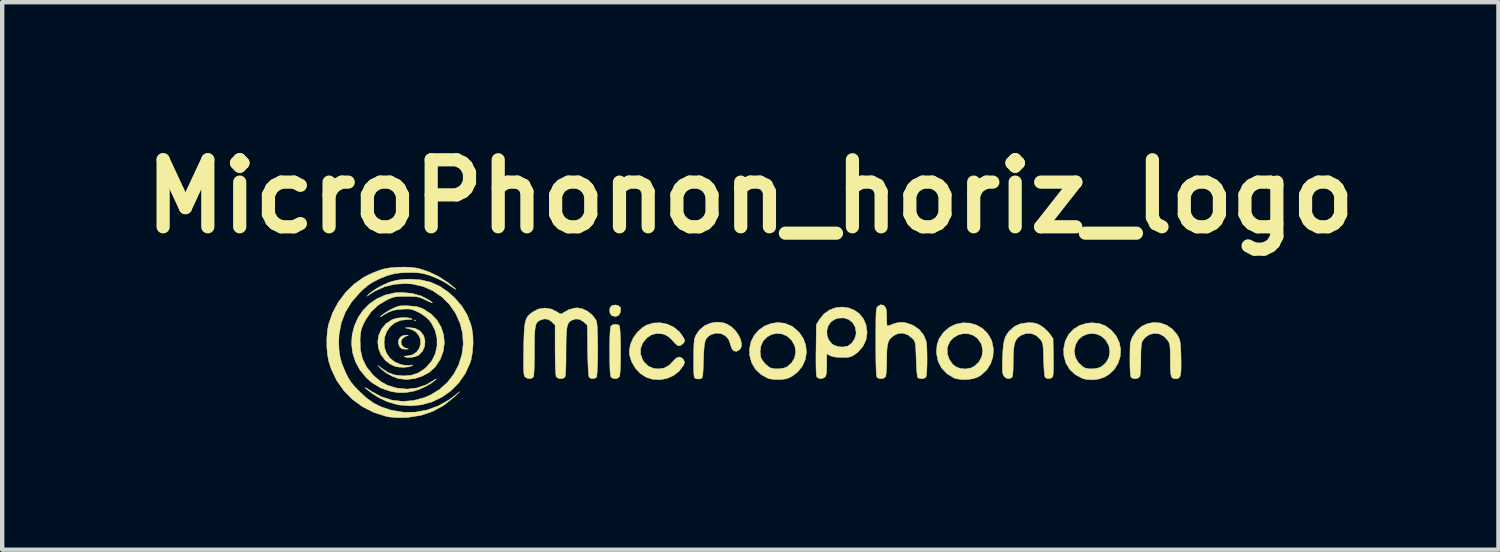
<source format=kicad_pcb>
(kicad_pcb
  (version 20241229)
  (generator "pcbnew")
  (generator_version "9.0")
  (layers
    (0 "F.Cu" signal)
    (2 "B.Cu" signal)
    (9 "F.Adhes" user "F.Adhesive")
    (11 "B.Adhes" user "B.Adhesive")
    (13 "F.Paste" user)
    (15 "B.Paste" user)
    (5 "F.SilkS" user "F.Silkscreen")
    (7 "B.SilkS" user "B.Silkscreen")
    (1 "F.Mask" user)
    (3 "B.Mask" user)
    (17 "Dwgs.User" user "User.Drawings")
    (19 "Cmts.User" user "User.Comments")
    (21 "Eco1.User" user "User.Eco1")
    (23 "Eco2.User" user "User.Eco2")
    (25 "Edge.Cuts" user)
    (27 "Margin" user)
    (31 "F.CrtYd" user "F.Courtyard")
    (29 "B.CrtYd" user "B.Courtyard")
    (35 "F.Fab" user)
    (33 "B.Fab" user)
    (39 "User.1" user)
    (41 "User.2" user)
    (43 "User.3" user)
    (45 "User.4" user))
  (footprint "MicroPhonon_horiz_logo"
    (layer "F.Cu")
    (at 14.064 4.695)
    (property "Reference" "MicroPhonon_horiz_logo" (at -0.051 -3.277 0) (layer "F.SilkS") (effects (font (size 1.524 1.524) (thickness 0.3))))
    (attr through_hole)
    (fp_poly (pts (xy -7.665 -0.459) (xy -7.677 -0.446) (xy -7.689 -0.459) (xy -7.677 -0.471) (xy -7.665 -0.459)) (stroke (width 0.01) (type solid)) (fill yes) (layer "F.SilkS"))
    (fp_poly (pts (xy -3.053 -0.795) (xy -3.008 -0.756) (xy -2.998 -0.726) (xy -3.009 -0.632) (xy -3.049 -0.571) (xy -3.113 -0.546) (xy -3.192 -0.565) (xy -3.206 -0.572) (xy -3.241 -0.621) (xy -3.249 -0.684) (xy -3.24 -0.75) (xy -3.207 -0.788) (xy -3.187 -0.798) (xy -3.119 -0.811) (xy -3.053 -0.795)) (stroke (width 0.01) (type solid)) (fill yes) (layer "F.SilkS"))
    (fp_poly (pts (xy -7.826 -0.122) (xy -7.903 -0.089) (xy -7.968 -0.039) (xy -7.995 0.026) (xy -7.985 0.093) (xy -7.939 0.149) (xy -7.875 0.177) (xy -7.83 0.187) (xy -7.828 0.192) (xy -7.873 0.195) (xy -7.893 0.196) (xy -7.968 0.188) (xy -8.016 0.153) (xy -8.023 0.143) (xy -8.056 0.062) (xy -8.048 -0.017) (xy -8.006 -0.081) (xy -7.936 -0.119) (xy -7.894 -0.123) (xy -7.826 -0.122)) (stroke (width 0.01) (type solid)) (fill yes) (layer "F.SilkS"))
    (fp_poly (pts (xy -7.671 -0.277) (xy -7.563 -0.219) (xy -7.486 -0.123) (xy -7.478 -0.108) (xy -7.448 0.01) (xy -7.458 0.13) (xy -7.506 0.241) (xy -7.588 0.327) (xy -7.597 0.333) (xy -7.671 0.365) (xy -7.763 0.383) (xy -7.851 0.385) (xy -7.9 0.373) (xy -7.923 0.359) (xy -7.905 0.352) (xy -7.848 0.349) (xy -7.734 0.325) (xy -7.643 0.265) (xy -7.579 0.178) (xy -7.547 0.075) (xy -7.554 -0.035) (xy -7.589 -0.116) (xy -7.658 -0.198) (xy -7.751 -0.251) (xy -7.838 -0.275) (xy -7.886 -0.285) (xy -7.894 -0.29) (xy -7.857 -0.293) (xy -7.804 -0.295) (xy -7.671 -0.277)) (stroke (width 0.01) (type solid)) (fill yes) (layer "F.SilkS"))
    (fp_poly (pts (xy -3.052 -0.357) (xy -3.031 -0.342) (xy -3.022 -0.309) (xy -3.014 -0.234) (xy -3.008 -0.128) (xy -3.003 0.002) (xy -3.001 0.146) (xy -3 0.296) (xy -3.002 0.442) (xy -3.005 0.576) (xy -3.01 0.69) (xy -3.017 0.773) (xy -3.026 0.818) (xy -3.027 0.82) (xy -3.075 0.86) (xy -3.125 0.868) (xy -3.195 0.851) (xy -3.224 0.82) (xy -3.232 0.779) (xy -3.24 0.694) (xy -3.245 0.571) (xy -3.248 0.416) (xy -3.249 0.248) (xy -3.248 0.068) (xy -3.245 -0.085) (xy -3.239 -0.205) (xy -3.232 -0.287) (xy -3.224 -0.324) (xy -3.18 -0.36) (xy -3.115 -0.372) (xy -3.052 -0.357)) (stroke (width 0.01) (type solid)) (fill yes) (layer "F.SilkS"))
    (fp_poly (pts (xy -7.841 -0.518) (xy -7.764 -0.501) (xy -7.739 -0.488) (xy -7.75 -0.481) (xy -7.804 -0.478) (xy -7.854 -0.478) (xy -8.008 -0.459) (xy -8.137 -0.403) (xy -8.24 -0.319) (xy -8.316 -0.213) (xy -8.363 -0.092) (xy -8.38 0.037) (xy -8.368 0.167) (xy -8.324 0.289) (xy -8.248 0.398) (xy -8.138 0.487) (xy -7.998 0.546) (xy -7.907 0.562) (xy -7.816 0.565) (xy -7.795 0.562) (xy -7.74 0.556) (xy -7.73 0.562) (xy -7.745 0.573) (xy -7.823 0.598) (xy -7.928 0.608) (xy -8.042 0.603) (xy -8.139 0.583) (xy -8.241 0.534) (xy -8.341 0.459) (xy -8.356 0.443) (xy -8.453 0.315) (xy -8.508 0.172) (xy -8.523 0.022) (xy -8.499 -0.125) (xy -8.437 -0.262) (xy -8.341 -0.379) (xy -8.21 -0.468) (xy -8.176 -0.484) (xy -8.075 -0.511) (xy -7.956 -0.523) (xy -7.841 -0.518)) (stroke (width 0.01) (type solid)) (fill yes) (layer "F.SilkS"))
    (fp_poly (pts (xy 7.885 -0.388) (xy 8.02 -0.337) (xy 8.148 -0.244) (xy 8.157 -0.236) (xy 8.27 -0.104) (xy 8.341 0.045) (xy 8.371 0.203) (xy 8.361 0.363) (xy 8.313 0.515) (xy 8.227 0.654) (xy 8.105 0.77) (xy 8.006 0.829) (xy 7.871 0.875) (xy 7.719 0.893) (xy 7.572 0.88) (xy 7.501 0.86) (xy 7.34 0.775) (xy 7.214 0.657) (xy 7.126 0.511) (xy 7.08 0.343) (xy 7.077 0.252) (xy 7.317 0.252) (xy 7.341 0.382) (xy 7.406 0.499) (xy 7.505 0.591) (xy 7.565 0.625) (xy 7.645 0.642) (xy 7.749 0.642) (xy 7.852 0.626) (xy 7.932 0.595) (xy 8.035 0.506) (xy 8.101 0.391) (xy 8.126 0.262) (xy 8.106 0.129) (xy 8.1 0.111) (xy 8.032 -0.011) (xy 7.94 -0.096) (xy 7.833 -0.146) (xy 7.719 -0.162) (xy 7.606 -0.146) (xy 7.501 -0.1) (xy 7.413 -0.024) (xy 7.35 0.081) (xy 7.319 0.211) (xy 7.317 0.252) (xy 7.077 0.252) (xy 7.076 0.183) (xy 7.112 0.01) (xy 7.189 -0.14) (xy 7.302 -0.26) (xy 7.444 -0.347) (xy 7.61 -0.395) (xy 7.727 -0.404) (xy 7.885 -0.388)) (stroke (width 0.01) (type solid)) (fill yes) (layer "F.SilkS"))
    (fp_poly (pts (xy -0.663 -0.404) (xy -0.583 -0.375) (xy -0.481 -0.313) (xy -0.393 -0.228) (xy -0.322 -0.13) (xy -0.273 -0.027) (xy -0.251 0.07) (xy -0.259 0.154) (xy -0.293 0.207) (xy -0.361 0.245) (xy -0.422 0.237) (xy -0.47 0.185) (xy -0.502 0.094) (xy -0.505 0.079) (xy -0.544 -0.029) (xy -0.618 -0.109) (xy -0.714 -0.158) (xy -0.822 -0.17) (xy -0.932 -0.14) (xy -0.96 -0.125) (xy -1.009 -0.092) (xy -1.046 -0.054) (xy -1.072 -0.005) (xy -1.09 0.063) (xy -1.102 0.158) (xy -1.11 0.288) (xy -1.116 0.444) (xy -1.121 0.595) (xy -1.126 0.704) (xy -1.132 0.778) (xy -1.141 0.824) (xy -1.153 0.851) (xy -1.169 0.864) (xy -1.178 0.868) (xy -1.241 0.874) (xy -1.284 0.866) (xy -1.304 0.857) (xy -1.318 0.842) (xy -1.328 0.815) (xy -1.334 0.767) (xy -1.338 0.692) (xy -1.339 0.583) (xy -1.339 0.432) (xy -1.339 0.416) (xy -1.338 0.253) (xy -1.335 0.131) (xy -1.33 0.041) (xy -1.321 -0.025) (xy -1.307 -0.076) (xy -1.293 -0.113) (xy -1.21 -0.238) (xy -1.096 -0.334) (xy -0.959 -0.395) (xy -0.812 -0.42) (xy -0.663 -0.404)) (stroke (width 0.01) (type solid)) (fill yes) (layer "F.SilkS"))
    (fp_poly (pts (xy 4.942 -0.397) (xy 5.092 -0.353) (xy 5.229 -0.275) (xy 5.343 -0.164) (xy 5.428 -0.021) (xy 5.444 0.022) (xy 5.478 0.193) (xy 5.467 0.363) (xy 5.415 0.524) (xy 5.326 0.667) (xy 5.201 0.782) (xy 5.112 0.835) (xy 5.006 0.869) (xy 4.875 0.886) (xy 4.741 0.885) (xy 4.623 0.865) (xy 4.576 0.848) (xy 4.417 0.749) (xy 4.298 0.622) (xy 4.22 0.47) (xy 4.185 0.297) (xy 4.183 0.248) (xy 4.189 0.184) (xy 4.427 0.184) (xy 4.431 0.308) (xy 4.475 0.431) (xy 4.55 0.538) (xy 4.611 0.589) (xy 4.721 0.635) (xy 4.846 0.646) (xy 4.968 0.623) (xy 5.037 0.589) (xy 5.145 0.49) (xy 5.212 0.37) (xy 5.235 0.239) (xy 5.212 0.104) (xy 5.193 0.059) (xy 5.119 -0.048) (xy 5.021 -0.119) (xy 4.909 -0.155) (xy 4.791 -0.158) (xy 4.676 -0.128) (xy 4.572 -0.069) (xy 4.49 0.019) (xy 4.437 0.135) (xy 4.427 0.184) (xy 4.189 0.184) (xy 4.197 0.092) (xy 4.242 -0.039) (xy 4.325 -0.162) (xy 4.352 -0.194) (xy 4.482 -0.305) (xy 4.629 -0.374) (xy 4.785 -0.404) (xy 4.942 -0.397)) (stroke (width 0.01) (type solid)) (fill yes) (layer "F.SilkS"))
    (fp_poly (pts (xy -1.936 -0.372) (xy -1.789 -0.303) (xy -1.666 -0.2) (xy -1.619 -0.139) (xy -1.568 -0.062) (xy -1.545 -0.012) (xy -1.546 0.023) (xy -1.57 0.057) (xy -1.587 0.074) (xy -1.648 0.117) (xy -1.704 0.113) (xy -1.763 0.062) (xy -1.767 0.057) (xy -1.857 -0.041) (xy -1.936 -0.105) (xy -2.014 -0.143) (xy -2.038 -0.15) (xy -2.175 -0.164) (xy -2.303 -0.129) (xy -2.408 -0.057) (xy -2.498 0.054) (xy -2.545 0.178) (xy -2.547 0.307) (xy -2.503 0.432) (xy -2.469 0.485) (xy -2.373 0.58) (xy -2.26 0.631) (xy -2.141 0.645) (xy -2.009 0.625) (xy -1.895 0.562) (xy -1.798 0.461) (xy -1.729 0.394) (xy -1.662 0.373) (xy -1.602 0.399) (xy -1.574 0.432) (xy -1.549 0.481) (xy -1.553 0.524) (xy -1.571 0.562) (xy -1.666 0.692) (xy -1.792 0.792) (xy -1.941 0.859) (xy -2.103 0.89) (xy -2.267 0.882) (xy -2.42 0.834) (xy -2.553 0.748) (xy -2.665 0.627) (xy -2.748 0.485) (xy -2.795 0.334) (xy -2.803 0.248) (xy -2.78 0.095) (xy -2.715 -0.056) (xy -2.617 -0.192) (xy -2.493 -0.303) (xy -2.412 -0.351) (xy -2.258 -0.399) (xy -2.096 -0.405) (xy -1.936 -0.372)) (stroke (width 0.01) (type solid)) (fill yes) (layer "F.SilkS"))
    (fp_poly (pts (xy 0.729 -0.394) (xy 0.879 -0.334) (xy 0.929 -0.303) (xy 1.063 -0.183) (xy 1.157 -0.042) (xy 1.211 0.112) (xy 1.225 0.271) (xy 1.2 0.429) (xy 1.135 0.577) (xy 1.031 0.709) (xy 0.908 0.805) (xy 0.828 0.848) (xy 0.753 0.872) (xy 0.66 0.884) (xy 0.61 0.886) (xy 0.509 0.885) (xy 0.417 0.875) (xy 0.357 0.861) (xy 0.194 0.773) (xy 0.067 0.653) (xy -0.02 0.505) (xy -0.065 0.335) (xy -0.066 0.251) (xy 0.172 0.251) (xy 0.186 0.373) (xy 0.196 0.401) (xy 0.236 0.468) (xy 0.3 0.541) (xy 0.371 0.6) (xy 0.409 0.622) (xy 0.502 0.642) (xy 0.614 0.642) (xy 0.721 0.623) (xy 0.788 0.595) (xy 0.89 0.506) (xy 0.956 0.392) (xy 0.982 0.264) (xy 0.964 0.133) (xy 0.957 0.114) (xy 0.888 -0.009) (xy 0.792 -0.097) (xy 0.679 -0.149) (xy 0.557 -0.164) (xy 0.436 -0.141) (xy 0.325 -0.078) (xy 0.236 0.018) (xy 0.189 0.125) (xy 0.172 0.251) (xy -0.066 0.251) (xy -0.068 0.181) (xy -0.032 0.018) (xy 0.041 -0.124) (xy 0.146 -0.241) (xy 0.275 -0.331) (xy 0.419 -0.388) (xy 0.573 -0.41) (xy 0.729 -0.394)) (stroke (width 0.01) (type solid)) (fill yes) (layer "F.SilkS"))
    (fp_poly (pts (xy -7.889 -0.792) (xy -7.818 -0.789) (xy -7.693 -0.779) (xy -7.597 -0.761) (xy -7.514 -0.731) (xy -7.472 -0.71) (xy -7.304 -0.599) (xy -7.173 -0.459) (xy -7.079 -0.298) (xy -7.024 -0.121) (xy -7.009 0.063) (xy -7.036 0.25) (xy -7.104 0.43) (xy -7.217 0.599) (xy -7.229 0.613) (xy -7.357 0.726) (xy -7.516 0.811) (xy -7.693 0.866) (xy -7.874 0.885) (xy -8.045 0.865) (xy -8.063 0.861) (xy -8.196 0.81) (xy -8.326 0.738) (xy -8.432 0.657) (xy -8.458 0.63) (xy -8.52 0.56) (xy -8.434 0.631) (xy -8.29 0.727) (xy -8.137 0.782) (xy -7.96 0.802) (xy -7.938 0.803) (xy -7.762 0.789) (xy -7.613 0.741) (xy -7.474 0.654) (xy -7.418 0.606) (xy -7.297 0.465) (xy -7.216 0.303) (xy -7.176 0.127) (xy -7.176 -0.053) (xy -7.218 -0.23) (xy -7.302 -0.395) (xy -7.356 -0.466) (xy -7.436 -0.541) (xy -7.542 -0.614) (xy -7.603 -0.647) (xy -7.687 -0.686) (xy -7.753 -0.709) (xy -7.821 -0.718) (xy -7.908 -0.717) (xy -7.968 -0.714) (xy -8.09 -0.703) (xy -8.189 -0.682) (xy -8.284 -0.643) (xy -8.393 -0.581) (xy -8.434 -0.555) (xy -8.465 -0.537) (xy -8.461 -0.546) (xy -8.421 -0.582) (xy -8.359 -0.629) (xy -8.272 -0.682) (xy -8.19 -0.725) (xy -8.11 -0.761) (xy -8.044 -0.783) (xy -7.977 -0.792) (xy -7.889 -0.792)) (stroke (width 0.01) (type solid)) (fill yes) (layer "F.SilkS"))
    (fp_poly (pts (xy 2.179 -0.744) (xy 2.314 -0.692) (xy 2.431 -0.608) (xy 2.523 -0.492) (xy 2.58 -0.359) (xy 2.605 -0.186) (xy 2.582 -0.022) (xy 2.514 0.127) (xy 2.401 0.257) (xy 2.335 0.309) (xy 2.274 0.349) (xy 2.219 0.371) (xy 2.153 0.382) (xy 2.057 0.384) (xy 2.038 0.384) (xy 1.893 0.377) (xy 1.791 0.354) (xy 1.767 0.343) (xy 1.687 0.301) (xy 1.687 0.546) (xy 1.685 0.668) (xy 1.678 0.751) (xy 1.665 0.802) (xy 1.648 0.829) (xy 1.588 0.862) (xy 1.519 0.864) (xy 1.465 0.833) (xy 1.465 0.833) (xy 1.455 0.804) (xy 1.448 0.741) (xy 1.444 0.641) (xy 1.442 0.501) (xy 1.442 0.316) (xy 1.444 0.217) (xy 1.449 -0.227) (xy 1.69 -0.227) (xy 1.695 -0.116) (xy 1.734 -0.012) (xy 1.807 0.075) (xy 1.843 0.1) (xy 1.943 0.138) (xy 2.057 0.147) (xy 2.162 0.126) (xy 2.182 0.117) (xy 2.261 0.053) (xy 2.323 -0.041) (xy 2.354 -0.146) (xy 2.356 -0.179) (xy 2.335 -0.306) (xy 2.277 -0.408) (xy 2.189 -0.479) (xy 2.078 -0.515) (xy 1.953 -0.51) (xy 1.873 -0.485) (xy 1.78 -0.422) (xy 1.719 -0.333) (xy 1.69 -0.227) (xy 1.449 -0.227) (xy 1.451 -0.364) (xy 1.526 -0.485) (xy 1.628 -0.609) (xy 1.752 -0.696) (xy 1.891 -0.747) (xy 2.036 -0.763) (xy 2.179 -0.744)) (stroke (width 0.01) (type solid)) (fill yes) (layer "F.SilkS"))
    (fp_poly (pts (xy 6.38 -0.403) (xy 6.455 -0.388) (xy 6.526 -0.355) (xy 6.564 -0.333) (xy 6.649 -0.269) (xy 6.729 -0.19) (xy 6.759 -0.152) (xy 6.834 -0.046) (xy 6.842 0.376) (xy 6.843 0.551) (xy 6.842 0.681) (xy 6.836 0.769) (xy 6.826 0.82) (xy 6.82 0.833) (xy 6.769 0.862) (xy 6.705 0.865) (xy 6.655 0.839) (xy 6.653 0.837) (xy 6.644 0.802) (xy 6.635 0.728) (xy 6.627 0.622) (xy 6.621 0.496) (xy 6.619 0.432) (xy 6.615 0.288) (xy 6.611 0.184) (xy 6.604 0.111) (xy 6.594 0.06) (xy 6.579 0.022) (xy 6.557 -0.012) (xy 6.542 -0.031) (xy 6.449 -0.117) (xy 6.337 -0.161) (xy 6.219 -0.162) (xy 6.103 -0.119) (xy 6.054 -0.084) (xy 6.007 -0.036) (xy 5.974 0.023) (xy 5.951 0.103) (xy 5.937 0.209) (xy 5.93 0.352) (xy 5.928 0.485) (xy 5.926 0.645) (xy 5.919 0.757) (xy 5.907 0.822) (xy 5.899 0.838) (xy 5.84 0.867) (xy 5.773 0.856) (xy 5.717 0.809) (xy 5.715 0.805) (xy 5.698 0.773) (xy 5.688 0.731) (xy 5.682 0.669) (xy 5.681 0.579) (xy 5.684 0.452) (xy 5.686 0.39) (xy 5.694 0.221) (xy 5.706 0.093) (xy 5.725 -0.006) (xy 5.752 -0.085) (xy 5.792 -0.155) (xy 5.841 -0.218) (xy 5.956 -0.321) (xy 6.094 -0.383) (xy 6.26 -0.406) (xy 6.279 -0.406) (xy 6.38 -0.403)) (stroke (width 0.01) (type solid)) (fill yes) (layer "F.SilkS"))
    (fp_poly (pts (xy -7.548 -1.381) (xy -7.321 -1.328) (xy -7.113 -1.235) (xy -6.916 -1.099) (xy -6.772 -0.968) (xy -6.611 -0.782) (xy -6.492 -0.588) (xy -6.408 -0.37) (xy -6.384 -0.279) (xy -6.36 -0.115) (xy -6.355 0.072) (xy -6.37 0.262) (xy -6.401 0.435) (xy -6.423 0.507) (xy -6.532 0.746) (xy -6.677 0.957) (xy -6.854 1.137) (xy -7.058 1.283) (xy -7.283 1.391) (xy -7.523 1.46) (xy -7.775 1.485) (xy -8.032 1.465) (xy -8.099 1.451) (xy -8.308 1.389) (xy -8.502 1.296) (xy -8.648 1.202) (xy -8.738 1.135) (xy -8.793 1.091) (xy -8.813 1.07) (xy -8.796 1.075) (xy -8.741 1.107) (xy -8.672 1.153) (xy -8.444 1.277) (xy -8.205 1.354) (xy -7.959 1.383) (xy -7.71 1.364) (xy -7.462 1.297) (xy -7.33 1.241) (xy -7.118 1.112) (xy -6.938 0.95) (xy -6.791 0.759) (xy -6.681 0.547) (xy -6.609 0.319) (xy -6.579 0.081) (xy -6.593 -0.16) (xy -6.648 -0.384) (xy -6.752 -0.618) (xy -6.894 -0.823) (xy -7.068 -0.995) (xy -7.27 -1.133) (xy -7.493 -1.231) (xy -7.734 -1.286) (xy -7.884 -1.297) (xy -8.139 -1.281) (xy -8.373 -1.224) (xy -8.594 -1.122) (xy -8.694 -1.06) (xy -8.768 -1.009) (xy -8.719 -1.061) (xy -8.645 -1.122) (xy -8.539 -1.19) (xy -8.416 -1.257) (xy -8.29 -1.314) (xy -8.21 -1.343) (xy -8.084 -1.374) (xy -7.941 -1.391) (xy -7.801 -1.396) (xy -7.548 -1.381)) (stroke (width 0.01) (type solid)) (fill yes) (layer "F.SilkS"))
    (fp_poly (pts (xy 9.279 -0.399) (xy 9.419 -0.348) (xy 9.546 -0.261) (xy 9.653 -0.136) (xy 9.682 -0.087) (xy 9.703 -0.042) (xy 9.718 0.009) (xy 9.729 0.074) (xy 9.736 0.163) (xy 9.741 0.286) (xy 9.744 0.388) (xy 9.746 0.555) (xy 9.744 0.679) (xy 9.735 0.766) (xy 9.719 0.822) (xy 9.692 0.853) (xy 9.656 0.867) (xy 9.628 0.868) (xy 9.582 0.865) (xy 9.548 0.851) (xy 9.525 0.818) (xy 9.511 0.761) (xy 9.503 0.673) (xy 9.501 0.546) (xy 9.5 0.445) (xy 9.5 0.302) (xy 9.497 0.199) (xy 9.492 0.126) (xy 9.482 0.075) (xy 9.467 0.036) (xy 9.445 -0.000292) (xy 9.444 -0.003) (xy 9.355 -0.097) (xy 9.25 -0.151) (xy 9.137 -0.165) (xy 9.027 -0.138) (xy 8.929 -0.071) (xy 8.87 0.004) (xy 8.853 0.043) (xy 8.842 0.1) (xy 8.835 0.184) (xy 8.831 0.302) (xy 8.83 0.421) (xy 8.829 0.553) (xy 8.824 0.669) (xy 8.817 0.759) (xy 8.808 0.813) (xy 8.805 0.82) (xy 8.761 0.856) (xy 8.696 0.868) (xy 8.633 0.853) (xy 8.612 0.838) (xy 8.599 0.804) (xy 8.59 0.728) (xy 8.584 0.609) (xy 8.582 0.444) (xy 8.582 0.422) (xy 8.583 0.273) (xy 8.585 0.164) (xy 8.59 0.085) (xy 8.6 0.026) (xy 8.614 -0.023) (xy 8.636 -0.072) (xy 8.646 -0.094) (xy 8.738 -0.229) (xy 8.855 -0.327) (xy 8.989 -0.388) (xy 9.133 -0.412) (xy 9.279 -0.399)) (stroke (width 0.01) (type solid)) (fill yes) (layer "F.SilkS"))
    (fp_poly (pts (xy -7.751 -1.074) (xy -7.538 -1.015) (xy -7.352 -0.917) (xy -7.292 -0.873) (xy -7.281 -0.858) (xy -7.31 -0.866) (xy -7.376 -0.894) (xy -7.415 -0.913) (xy -7.498 -0.953) (xy -7.564 -0.98) (xy -7.627 -0.995) (xy -7.702 -1.002) (xy -7.804 -1.004) (xy -7.874 -1.005) (xy -7.998 -1.004) (xy -8.088 -0.999) (xy -8.156 -0.988) (xy -8.219 -0.968) (xy -8.291 -0.937) (xy -8.31 -0.928) (xy -8.511 -0.808) (xy -8.674 -0.656) (xy -8.801 -0.471) (xy -8.823 -0.429) (xy -8.869 -0.331) (xy -8.898 -0.25) (xy -8.914 -0.168) (xy -8.923 -0.063) (xy -8.925 -0.012) (xy -8.917 0.215) (xy -8.87 0.415) (xy -8.781 0.597) (xy -8.646 0.766) (xy -8.585 0.826) (xy -8.448 0.937) (xy -8.303 1.016) (xy -8.133 1.07) (xy -8.079 1.082) (xy -7.856 1.104) (xy -7.636 1.079) (xy -7.426 1.008) (xy -7.264 0.914) (xy -7.215 0.881) (xy -7.195 0.874) (xy -7.206 0.889) (xy -7.294 0.96) (xy -7.413 1.032) (xy -7.547 1.096) (xy -7.678 1.143) (xy -7.715 1.152) (xy -7.888 1.182) (xy -8.043 1.185) (xy -8.204 1.161) (xy -8.241 1.152) (xy -8.46 1.076) (xy -8.654 0.958) (xy -8.781 0.847) (xy -8.929 0.667) (xy -9.033 0.474) (xy -9.096 0.273) (xy -9.119 0.068) (xy -9.105 -0.136) (xy -9.055 -0.332) (xy -8.973 -0.517) (xy -8.859 -0.685) (xy -8.717 -0.831) (xy -8.547 -0.949) (xy -8.353 -1.036) (xy -8.136 -1.085) (xy -7.987 -1.094) (xy -7.751 -1.074)) (stroke (width 0.01) (type solid)) (fill yes) (layer "F.SilkS"))
    (fp_poly (pts (xy 2.975 -0.803) (xy 3.01 -0.773) (xy 3.032 -0.735) (xy 3.045 -0.672) (xy 3.051 -0.576) (xy 3.051 -0.522) (xy 3.052 -0.422) (xy 3.056 -0.363) (xy 3.066 -0.335) (xy 3.082 -0.332) (xy 3.094 -0.336) (xy 3.216 -0.384) (xy 3.311 -0.409) (xy 3.395 -0.415) (xy 3.484 -0.403) (xy 3.493 -0.402) (xy 3.655 -0.345) (xy 3.789 -0.251) (xy 3.89 -0.126) (xy 3.945 0.002) (xy 3.955 0.064) (xy 3.963 0.159) (xy 3.967 0.275) (xy 3.969 0.402) (xy 3.968 0.53) (xy 3.964 0.649) (xy 3.957 0.747) (xy 3.948 0.814) (xy 3.939 0.838) (xy 3.89 0.862) (xy 3.826 0.867) (xy 3.771 0.852) (xy 3.753 0.837) (xy 3.746 0.803) (xy 3.738 0.728) (xy 3.73 0.622) (xy 3.724 0.495) (xy 3.721 0.417) (xy 3.716 0.27) (xy 3.71 0.163) (xy 3.704 0.089) (xy 3.694 0.039) (xy 3.68 0.005) (xy 3.66 -0.023) (xy 3.646 -0.038) (xy 3.538 -0.127) (xy 3.426 -0.168) (xy 3.313 -0.161) (xy 3.231 -0.124) (xy 3.165 -0.078) (xy 3.117 -0.026) (xy 3.084 0.039) (xy 3.064 0.127) (xy 3.054 0.247) (xy 3.051 0.406) (xy 3.051 0.43) (xy 3.049 0.559) (xy 3.044 0.673) (xy 3.037 0.762) (xy 3.028 0.814) (xy 3.025 0.82) (xy 2.982 0.856) (xy 2.917 0.868) (xy 2.854 0.853) (xy 2.833 0.838) (xy 2.824 0.814) (xy 2.816 0.76) (xy 2.811 0.673) (xy 2.807 0.548) (xy 2.804 0.382) (xy 2.803 0.173) (xy 2.803 0.036) (xy 2.803 -0.181) (xy 2.804 -0.354) (xy 2.805 -0.488) (xy 2.808 -0.589) (xy 2.812 -0.661) (xy 2.818 -0.711) (xy 2.826 -0.744) (xy 2.836 -0.764) (xy 2.848 -0.778) (xy 2.914 -0.815) (xy 2.975 -0.803)) (stroke (width 0.01) (type solid)) (fill yes) (layer "F.SilkS"))
    (fp_poly (pts (xy -7.747 -1.663) (xy -7.608 -1.643) (xy -7.59 -1.639) (xy -7.366 -1.565) (xy -7.139 -1.456) (xy -6.926 -1.318) (xy -6.796 -1.213) (xy -6.761 -1.181) (xy -6.747 -1.165) (xy -6.757 -1.168) (xy -6.796 -1.193) (xy -6.869 -1.24) (xy -6.97 -1.308) (xy -7.061 -1.36) (xy -7.176 -1.416) (xy -7.295 -1.465) (xy -7.317 -1.473) (xy -7.428 -1.509) (xy -7.523 -1.531) (xy -7.621 -1.543) (xy -7.744 -1.548) (xy -7.789 -1.548) (xy -7.979 -1.543) (xy -8.14 -1.523) (xy -8.292 -1.483) (xy -8.454 -1.419) (xy -8.53 -1.384) (xy -8.652 -1.32) (xy -8.757 -1.249) (xy -8.864 -1.158) (xy -8.929 -1.095) (xy -9.117 -0.879) (xy -9.259 -0.648) (xy -9.353 -0.403) (xy -9.403 -0.139) (xy -9.411 0.025) (xy -9.404 0.212) (xy -9.381 0.374) (xy -9.337 0.53) (xy -9.266 0.701) (xy -9.246 0.744) (xy -9.193 0.85) (xy -9.137 0.939) (xy -9.068 1.025) (xy -8.977 1.122) (xy -8.933 1.166) (xy -8.769 1.314) (xy -8.61 1.426) (xy -8.44 1.51) (xy -8.243 1.575) (xy -8.196 1.588) (xy -7.93 1.631) (xy -7.661 1.627) (xy -7.394 1.577) (xy -7.138 1.482) (xy -6.897 1.345) (xy -6.809 1.28) (xy -6.66 1.163) (xy -6.8 1.295) (xy -7.026 1.475) (xy -7.273 1.61) (xy -7.542 1.701) (xy -7.832 1.746) (xy -7.913 1.751) (xy -8.099 1.751) (xy -8.255 1.738) (xy -8.322 1.726) (xy -8.607 1.637) (xy -8.866 1.506) (xy -9.096 1.339) (xy -9.295 1.137) (xy -9.458 0.905) (xy -9.582 0.645) (xy -9.638 0.471) (xy -9.666 0.321) (xy -9.681 0.142) (xy -9.681 -0.047) (xy -9.668 -0.225) (xy -9.641 -0.372) (xy -9.55 -0.63) (xy -9.42 -0.873) (xy -9.255 -1.093) (xy -9.062 -1.283) (xy -8.846 -1.436) (xy -8.756 -1.484) (xy -8.64 -1.537) (xy -8.517 -1.586) (xy -8.409 -1.622) (xy -8.384 -1.629) (xy -8.249 -1.654) (xy -8.086 -1.668) (xy -7.912 -1.671) (xy -7.747 -1.663)) (stroke (width 0.01) (type solid)) (fill yes) (layer "F.SilkS"))
    (fp_poly (pts (xy -3.865 -0.721) (xy -3.746 -0.662) (xy -3.641 -0.576) (xy -3.565 -0.474) (xy -3.549 -0.439) (xy -3.54 -0.39) (xy -3.532 -0.303) (xy -3.527 -0.186) (xy -3.523 -0.048) (xy -3.521 0.104) (xy -3.521 0.261) (xy -3.523 0.414) (xy -3.527 0.556) (xy -3.532 0.678) (xy -3.538 0.77) (xy -3.547 0.827) (xy -3.552 0.838) (xy -3.606 0.864) (xy -3.671 0.863) (xy -3.716 0.837) (xy -3.725 0.801) (xy -3.733 0.72) (xy -3.74 0.598) (xy -3.746 0.439) (xy -3.75 0.246) (xy -3.75 0.227) (xy -3.758 -0.351) (xy -3.839 -0.424) (xy -3.93 -0.482) (xy -4.023 -0.492) (xy -4.116 -0.46) (xy -4.154 -0.435) (xy -4.184 -0.402) (xy -4.206 -0.354) (xy -4.222 -0.285) (xy -4.232 -0.189) (xy -4.238 -0.06) (xy -4.241 0.107) (xy -4.242 0.272) (xy -4.243 0.469) (xy -4.246 0.621) (xy -4.251 0.73) (xy -4.259 0.8) (xy -4.269 0.835) (xy -4.271 0.838) (xy -4.326 0.865) (xy -4.393 0.865) (xy -4.449 0.839) (xy -4.464 0.82) (xy -4.473 0.779) (xy -4.48 0.694) (xy -4.485 0.569) (xy -4.488 0.41) (xy -4.49 0.223) (xy -4.49 0.211) (xy -4.49 -0.351) (xy -4.562 -0.424) (xy -4.646 -0.482) (xy -4.738 -0.493) (xy -4.825 -0.466) (xy -4.866 -0.444) (xy -4.898 -0.416) (xy -4.922 -0.374) (xy -4.939 -0.314) (xy -4.95 -0.229) (xy -4.957 -0.114) (xy -4.96 0.038) (xy -4.961 0.234) (xy -4.961 0.254) (xy -4.962 0.455) (xy -4.965 0.609) (xy -4.97 0.721) (xy -4.977 0.795) (xy -4.987 0.833) (xy -4.991 0.838) (xy -5.049 0.865) (xy -5.119 0.859) (xy -5.172 0.828) (xy -5.185 0.81) (xy -5.194 0.781) (xy -5.201 0.736) (xy -5.205 0.668) (xy -5.207 0.571) (xy -5.207 0.438) (xy -5.205 0.264) (xy -5.204 0.201) (xy -5.201 -0.007) (xy -5.195 -0.172) (xy -5.187 -0.301) (xy -5.173 -0.399) (xy -5.153 -0.474) (xy -5.125 -0.532) (xy -5.087 -0.578) (xy -5.038 -0.621) (xy -5.004 -0.647) (xy -4.868 -0.717) (xy -4.723 -0.74) (xy -4.577 -0.717) (xy -4.449 -0.654) (xy -4.392 -0.616) (xy -4.356 -0.605) (xy -4.322 -0.619) (xy -4.294 -0.639) (xy -4.181 -0.701) (xy -4.054 -0.737) (xy -3.984 -0.744) (xy -3.865 -0.721)) (stroke (width 0.01) (type solid)) (fill yes) (layer "F.SilkS")))
  (gr_rect
    (start -3 -3)
    (end 31.027 9.451)
    (stroke (width 0.1) (type default))
    (fill no)
    (layer "Edge.Cuts")))
</source>
